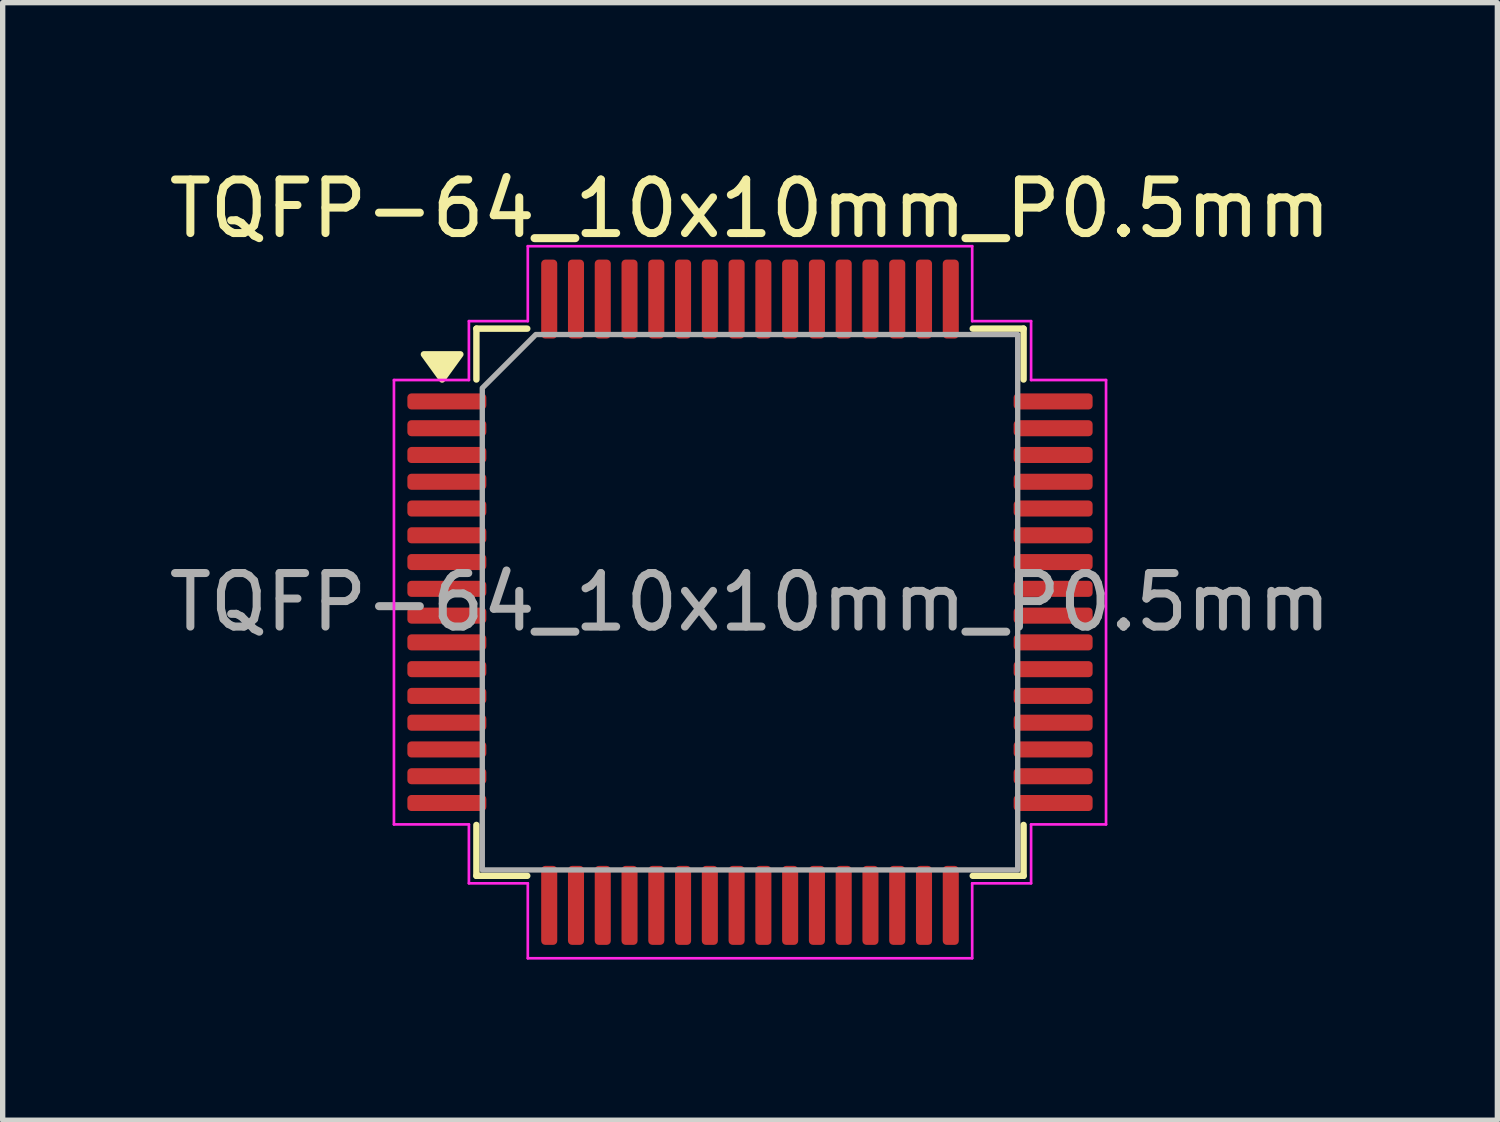
<source format=kicad_pcb>
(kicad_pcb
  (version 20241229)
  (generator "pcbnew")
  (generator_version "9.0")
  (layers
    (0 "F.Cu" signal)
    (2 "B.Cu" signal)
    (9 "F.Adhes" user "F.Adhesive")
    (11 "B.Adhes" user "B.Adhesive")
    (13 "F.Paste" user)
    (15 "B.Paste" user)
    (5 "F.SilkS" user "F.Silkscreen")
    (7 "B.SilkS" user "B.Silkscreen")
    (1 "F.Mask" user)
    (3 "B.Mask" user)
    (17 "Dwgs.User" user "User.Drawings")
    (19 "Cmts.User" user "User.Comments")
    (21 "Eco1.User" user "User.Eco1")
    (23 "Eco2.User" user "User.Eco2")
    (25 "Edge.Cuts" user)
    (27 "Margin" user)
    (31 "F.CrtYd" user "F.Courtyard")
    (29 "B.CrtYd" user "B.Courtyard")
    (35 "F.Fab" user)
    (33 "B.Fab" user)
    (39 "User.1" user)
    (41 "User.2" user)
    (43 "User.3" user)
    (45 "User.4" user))
  (footprint "TQFP-64_10x10mm_P0.5mm"
    (layer "F.Cu")
    (at 10.958 8.198)
    (property "Reference" "TQFP-64_10x10mm_P0.5mm" (at 0 -7.35 0) (layer "F.SilkS") (effects (font (size 1 1) (thickness 0.15))))
    (attr smd)
    (fp_line (start -5.11 -5.11) (end -4.16 -5.11) (stroke (width 0.12) (type solid)) (layer "F.SilkS"))
    (fp_line (start -5.11 -4.16) (end -5.11 -5.11) (stroke (width 0.12) (type solid)) (layer "F.SilkS"))
    (fp_line (start -5.11 5.11) (end -5.11 4.16) (stroke (width 0.12) (type solid)) (layer "F.SilkS"))
    (fp_line (start -4.16 5.11) (end -5.11 5.11) (stroke (width 0.12) (type solid)) (layer "F.SilkS"))
    (fp_line (start 4.16 -5.11) (end 5.11 -5.11) (stroke (width 0.12) (type solid)) (layer "F.SilkS"))
    (fp_line (start 5.11 -5.11) (end 5.11 -4.16) (stroke (width 0.12) (type solid)) (layer "F.SilkS"))
    (fp_line (start 5.11 4.16) (end 5.11 5.11) (stroke (width 0.12) (type solid)) (layer "F.SilkS"))
    (fp_line (start 5.11 5.11) (end 4.16 5.11) (stroke (width 0.12) (type solid)) (layer "F.SilkS"))
    (fp_poly (pts (xy -5.75 -4.16) (xy -6.09 -4.63) (xy -5.41 -4.63)) (stroke (width 0.12) (type solid)) (fill yes) (layer "F.SilkS"))
    (fp_line (start -6.65 -4.15) (end -5.25 -4.15) (stroke (width 0.05) (type solid)) (layer "F.CrtYd"))
    (fp_line (start -6.65 4.15) (end -6.65 -4.15) (stroke (width 0.05) (type solid)) (layer "F.CrtYd"))
    (fp_line (start -5.25 -5.25) (end -4.15 -5.25) (stroke (width 0.05) (type solid)) (layer "F.CrtYd"))
    (fp_line (start -5.25 -4.15) (end -5.25 -5.25) (stroke (width 0.05) (type solid)) (layer "F.CrtYd"))
    (fp_line (start -5.25 4.15) (end -6.65 4.15) (stroke (width 0.05) (type solid)) (layer "F.CrtYd"))
    (fp_line (start -5.25 5.25) (end -5.25 4.15) (stroke (width 0.05) (type solid)) (layer "F.CrtYd"))
    (fp_line (start -4.15 -6.65) (end 4.15 -6.65) (stroke (width 0.05) (type solid)) (layer "F.CrtYd"))
    (fp_line (start -4.15 -5.25) (end -4.15 -6.65) (stroke (width 0.05) (type solid)) (layer "F.CrtYd"))
    (fp_line (start -4.15 5.25) (end -5.25 5.25) (stroke (width 0.05) (type solid)) (layer "F.CrtYd"))
    (fp_line (start -4.15 6.65) (end -4.15 5.25) (stroke (width 0.05) (type solid)) (layer "F.CrtYd"))
    (fp_line (start 4.15 -6.65) (end 4.15 -5.25) (stroke (width 0.05) (type solid)) (layer "F.CrtYd"))
    (fp_line (start 4.15 -5.25) (end 5.25 -5.25) (stroke (width 0.05) (type solid)) (layer "F.CrtYd"))
    (fp_line (start 4.15 5.25) (end 4.15 6.65) (stroke (width 0.05) (type solid)) (layer "F.CrtYd"))
    (fp_line (start 4.15 6.65) (end -4.15 6.65) (stroke (width 0.05) (type solid)) (layer "F.CrtYd"))
    (fp_line (start 5.25 -5.25) (end 5.25 -4.15) (stroke (width 0.05) (type solid)) (layer "F.CrtYd"))
    (fp_line (start 5.25 -4.15) (end 6.65 -4.15) (stroke (width 0.05) (type solid)) (layer "F.CrtYd"))
    (fp_line (start 5.25 4.15) (end 5.25 5.25) (stroke (width 0.05) (type solid)) (layer "F.CrtYd"))
    (fp_line (start 5.25 5.25) (end 4.15 5.25) (stroke (width 0.05) (type solid)) (layer "F.CrtYd"))
    (fp_line (start 6.65 -4.15) (end 6.65 4.15) (stroke (width 0.05) (type solid)) (layer "F.CrtYd"))
    (fp_line (start 6.65 4.15) (end 5.25 4.15) (stroke (width 0.05) (type solid)) (layer "F.CrtYd"))
    (fp_poly (pts (xy -5 -4) (xy -5 5) (xy 5 5) (xy 5 -5) (xy -4 -5)) (stroke (width 0.1) (type solid)) (fill no) (layer "F.Fab"))
    (fp_text user "${REFERENCE}" (at 0 0 0) (layer "F.Fab") (effects (font (size 1 1) (thickness 0.15))))
    (pad "1" smd roundrect (at -5.662 -3.75) (size 1.475 0.3) (layers "F.Cu" "F.Mask" "F.Paste") (roundrect_rratio 0.25))
    (pad "2" smd roundrect (at -5.662 -3.25) (size 1.475 0.3) (layers "F.Cu" "F.Mask" "F.Paste") (roundrect_rratio 0.25))
    (pad "3" smd roundrect (at -5.662 -2.75) (size 1.475 0.3) (layers "F.Cu" "F.Mask" "F.Paste") (roundrect_rratio 0.25))
    (pad "4" smd roundrect (at -5.662 -2.25) (size 1.475 0.3) (layers "F.Cu" "F.Mask" "F.Paste") (roundrect_rratio 0.25))
    (pad "5" smd roundrect (at -5.662 -1.75) (size 1.475 0.3) (layers "F.Cu" "F.Mask" "F.Paste") (roundrect_rratio 0.25))
    (pad "6" smd roundrect (at -5.662 -1.25) (size 1.475 0.3) (layers "F.Cu" "F.Mask" "F.Paste") (roundrect_rratio 0.25))
    (pad "7" smd roundrect (at -5.662 -0.75) (size 1.475 0.3) (layers "F.Cu" "F.Mask" "F.Paste") (roundrect_rratio 0.25))
    (pad "8" smd roundrect (at -5.662 -0.25) (size 1.475 0.3) (layers "F.Cu" "F.Mask" "F.Paste") (roundrect_rratio 0.25))
    (pad "9" smd roundrect (at -5.662 0.25) (size 1.475 0.3) (layers "F.Cu" "F.Mask" "F.Paste") (roundrect_rratio 0.25))
    (pad "10" smd roundrect (at -5.662 0.75) (size 1.475 0.3) (layers "F.Cu" "F.Mask" "F.Paste") (roundrect_rratio 0.25))
    (pad "11" smd roundrect (at -5.662 1.25) (size 1.475 0.3) (layers "F.Cu" "F.Mask" "F.Paste") (roundrect_rratio 0.25))
    (pad "12" smd roundrect (at -5.662 1.75) (size 1.475 0.3) (layers "F.Cu" "F.Mask" "F.Paste") (roundrect_rratio 0.25))
    (pad "13" smd roundrect (at -5.662 2.25) (size 1.475 0.3) (layers "F.Cu" "F.Mask" "F.Paste") (roundrect_rratio 0.25))
    (pad "14" smd roundrect (at -5.662 2.75) (size 1.475 0.3) (layers "F.Cu" "F.Mask" "F.Paste") (roundrect_rratio 0.25))
    (pad "15" smd roundrect (at -5.662 3.25) (size 1.475 0.3) (layers "F.Cu" "F.Mask" "F.Paste") (roundrect_rratio 0.25))
    (pad "16" smd roundrect (at -5.662 3.75) (size 1.475 0.3) (layers "F.Cu" "F.Mask" "F.Paste") (roundrect_rratio 0.25))
    (pad "17" smd roundrect (at -3.75 5.662) (size 0.3 1.475) (layers "F.Cu" "F.Mask" "F.Paste") (roundrect_rratio 0.25))
    (pad "18" smd roundrect (at -3.25 5.662) (size 0.3 1.475) (layers "F.Cu" "F.Mask" "F.Paste") (roundrect_rratio 0.25))
    (pad "19" smd roundrect (at -2.75 5.662) (size 0.3 1.475) (layers "F.Cu" "F.Mask" "F.Paste") (roundrect_rratio 0.25))
    (pad "20" smd roundrect (at -2.25 5.662) (size 0.3 1.475) (layers "F.Cu" "F.Mask" "F.Paste") (roundrect_rratio 0.25))
    (pad "21" smd roundrect (at -1.75 5.662) (size 0.3 1.475) (layers "F.Cu" "F.Mask" "F.Paste") (roundrect_rratio 0.25))
    (pad "22" smd roundrect (at -1.25 5.662) (size 0.3 1.475) (layers "F.Cu" "F.Mask" "F.Paste") (roundrect_rratio 0.25))
    (pad "23" smd roundrect (at -0.75 5.662) (size 0.3 1.475) (layers "F.Cu" "F.Mask" "F.Paste") (roundrect_rratio 0.25))
    (pad "24" smd roundrect (at -0.25 5.662) (size 0.3 1.475) (layers "F.Cu" "F.Mask" "F.Paste") (roundrect_rratio 0.25))
    (pad "25" smd roundrect (at 0.25 5.662) (size 0.3 1.475) (layers "F.Cu" "F.Mask" "F.Paste") (roundrect_rratio 0.25))
    (pad "26" smd roundrect (at 0.75 5.662) (size 0.3 1.475) (layers "F.Cu" "F.Mask" "F.Paste") (roundrect_rratio 0.25))
    (pad "27" smd roundrect (at 1.25 5.662) (size 0.3 1.475) (layers "F.Cu" "F.Mask" "F.Paste") (roundrect_rratio 0.25))
    (pad "28" smd roundrect (at 1.75 5.662) (size 0.3 1.475) (layers "F.Cu" "F.Mask" "F.Paste") (roundrect_rratio 0.25))
    (pad "29" smd roundrect (at 2.25 5.662) (size 0.3 1.475) (layers "F.Cu" "F.Mask" "F.Paste") (roundrect_rratio 0.25))
    (pad "30" smd roundrect (at 2.75 5.662) (size 0.3 1.475) (layers "F.Cu" "F.Mask" "F.Paste") (roundrect_rratio 0.25))
    (pad "31" smd roundrect (at 3.25 5.662) (size 0.3 1.475) (layers "F.Cu" "F.Mask" "F.Paste") (roundrect_rratio 0.25))
    (pad "32" smd roundrect (at 3.75 5.662) (size 0.3 1.475) (layers "F.Cu" "F.Mask" "F.Paste") (roundrect_rratio 0.25))
    (pad "33" smd roundrect (at 5.662 3.75) (size 1.475 0.3) (layers "F.Cu" "F.Mask" "F.Paste") (roundrect_rratio 0.25))
    (pad "34" smd roundrect (at 5.662 3.25) (size 1.475 0.3) (layers "F.Cu" "F.Mask" "F.Paste") (roundrect_rratio 0.25))
    (pad "35" smd roundrect (at 5.662 2.75) (size 1.475 0.3) (layers "F.Cu" "F.Mask" "F.Paste") (roundrect_rratio 0.25))
    (pad "36" smd roundrect (at 5.662 2.25) (size 1.475 0.3) (layers "F.Cu" "F.Mask" "F.Paste") (roundrect_rratio 0.25))
    (pad "37" smd roundrect (at 5.662 1.75) (size 1.475 0.3) (layers "F.Cu" "F.Mask" "F.Paste") (roundrect_rratio 0.25))
    (pad "38" smd roundrect (at 5.662 1.25) (size 1.475 0.3) (layers "F.Cu" "F.Mask" "F.Paste") (roundrect_rratio 0.25))
    (pad "39" smd roundrect (at 5.662 0.75) (size 1.475 0.3) (layers "F.Cu" "F.Mask" "F.Paste") (roundrect_rratio 0.25))
    (pad "40" smd roundrect (at 5.662 0.25) (size 1.475 0.3) (layers "F.Cu" "F.Mask" "F.Paste") (roundrect_rratio 0.25))
    (pad "41" smd roundrect (at 5.662 -0.25) (size 1.475 0.3) (layers "F.Cu" "F.Mask" "F.Paste") (roundrect_rratio 0.25))
    (pad "42" smd roundrect (at 5.662 -0.75) (size 1.475 0.3) (layers "F.Cu" "F.Mask" "F.Paste") (roundrect_rratio 0.25))
    (pad "43" smd roundrect (at 5.662 -1.25) (size 1.475 0.3) (layers "F.Cu" "F.Mask" "F.Paste") (roundrect_rratio 0.25))
    (pad "44" smd roundrect (at 5.662 -1.75) (size 1.475 0.3) (layers "F.Cu" "F.Mask" "F.Paste") (roundrect_rratio 0.25))
    (pad "45" smd roundrect (at 5.662 -2.25) (size 1.475 0.3) (layers "F.Cu" "F.Mask" "F.Paste") (roundrect_rratio 0.25))
    (pad "46" smd roundrect (at 5.662 -2.75) (size 1.475 0.3) (layers "F.Cu" "F.Mask" "F.Paste") (roundrect_rratio 0.25))
    (pad "47" smd roundrect (at 5.662 -3.25) (size 1.475 0.3) (layers "F.Cu" "F.Mask" "F.Paste") (roundrect_rratio 0.25))
    (pad "48" smd roundrect (at 5.662 -3.75) (size 1.475 0.3) (layers "F.Cu" "F.Mask" "F.Paste") (roundrect_rratio 0.25))
    (pad "49" smd roundrect (at 3.75 -5.662) (size 0.3 1.475) (layers "F.Cu" "F.Mask" "F.Paste") (roundrect_rratio 0.25))
    (pad "50" smd roundrect (at 3.25 -5.662) (size 0.3 1.475) (layers "F.Cu" "F.Mask" "F.Paste") (roundrect_rratio 0.25))
    (pad "51" smd roundrect (at 2.75 -5.662) (size 0.3 1.475) (layers "F.Cu" "F.Mask" "F.Paste") (roundrect_rratio 0.25))
    (pad "52" smd roundrect (at 2.25 -5.662) (size 0.3 1.475) (layers "F.Cu" "F.Mask" "F.Paste") (roundrect_rratio 0.25))
    (pad "53" smd roundrect (at 1.75 -5.662) (size 0.3 1.475) (layers "F.Cu" "F.Mask" "F.Paste") (roundrect_rratio 0.25))
    (pad "54" smd roundrect (at 1.25 -5.662) (size 0.3 1.475) (layers "F.Cu" "F.Mask" "F.Paste") (roundrect_rratio 0.25))
    (pad "55" smd roundrect (at 0.75 -5.662) (size 0.3 1.475) (layers "F.Cu" "F.Mask" "F.Paste") (roundrect_rratio 0.25))
    (pad "56" smd roundrect (at 0.25 -5.662) (size 0.3 1.475) (layers "F.Cu" "F.Mask" "F.Paste") (roundrect_rratio 0.25))
    (pad "57" smd roundrect (at -0.25 -5.662) (size 0.3 1.475) (layers "F.Cu" "F.Mask" "F.Paste") (roundrect_rratio 0.25))
    (pad "58" smd roundrect (at -0.75 -5.662) (size 0.3 1.475) (layers "F.Cu" "F.Mask" "F.Paste") (roundrect_rratio 0.25))
    (pad "59" smd roundrect (at -1.25 -5.662) (size 0.3 1.475) (layers "F.Cu" "F.Mask" "F.Paste") (roundrect_rratio 0.25))
    (pad "60" smd roundrect (at -1.75 -5.662) (size 0.3 1.475) (layers "F.Cu" "F.Mask" "F.Paste") (roundrect_rratio 0.25))
    (pad "61" smd roundrect (at -2.25 -5.662) (size 0.3 1.475) (layers "F.Cu" "F.Mask" "F.Paste") (roundrect_rratio 0.25))
    (pad "62" smd roundrect (at -2.75 -5.662) (size 0.3 1.475) (layers "F.Cu" "F.Mask" "F.Paste") (roundrect_rratio 0.25))
    (pad "63" smd roundrect (at -3.25 -5.662) (size 0.3 1.475) (layers "F.Cu" "F.Mask" "F.Paste") (roundrect_rratio 0.25))
    (pad "64" smd roundrect (at -3.75 -5.662) (size 0.3 1.475) (layers "F.Cu" "F.Mask" "F.Paste") (roundrect_rratio 0.25)))
  (gr_rect
    (start -3 -3)
    (end 24.917 17.873)
    (stroke (width 0.1) (type default))
    (fill no)
    (layer "Edge.Cuts")))
</source>
